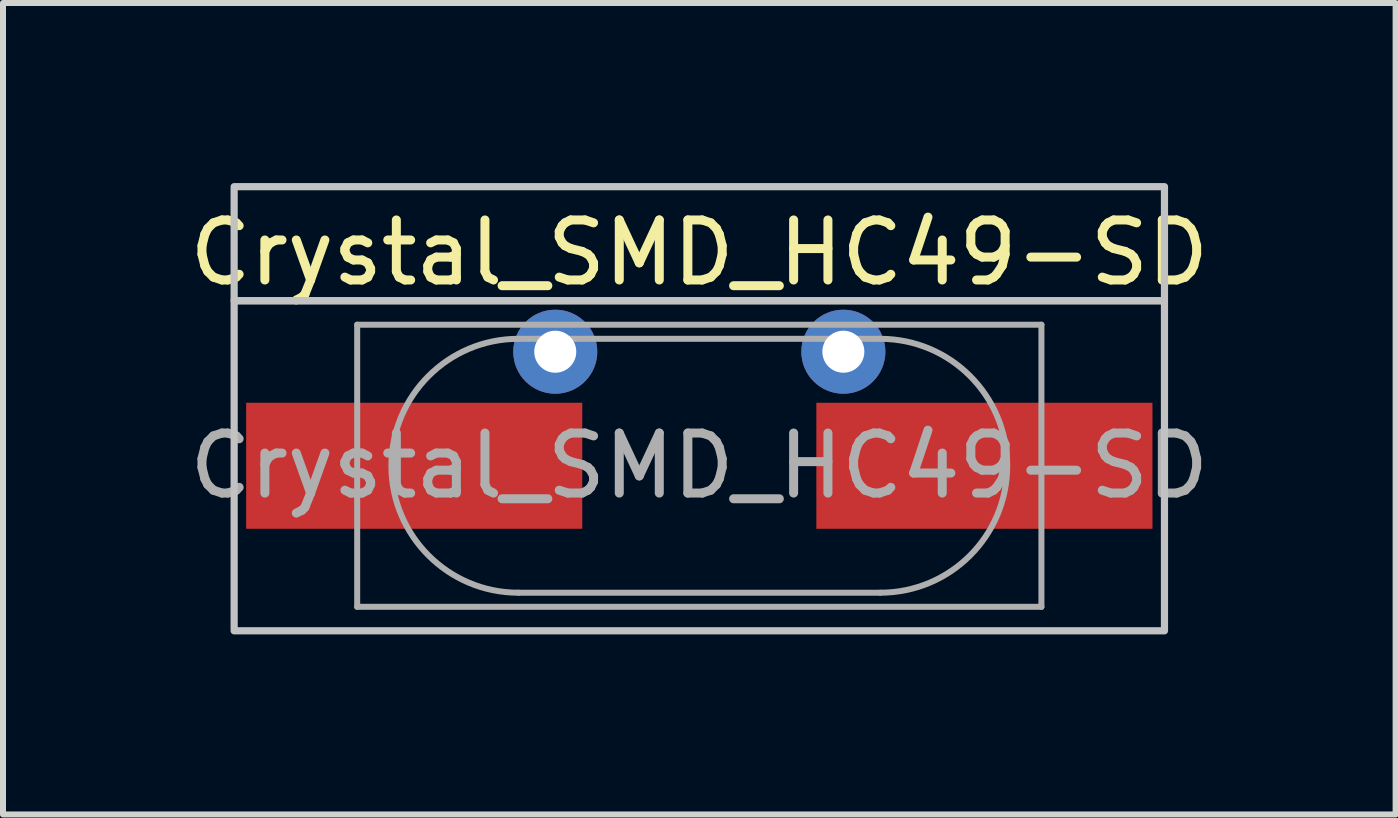
<source format=kicad_pcb>
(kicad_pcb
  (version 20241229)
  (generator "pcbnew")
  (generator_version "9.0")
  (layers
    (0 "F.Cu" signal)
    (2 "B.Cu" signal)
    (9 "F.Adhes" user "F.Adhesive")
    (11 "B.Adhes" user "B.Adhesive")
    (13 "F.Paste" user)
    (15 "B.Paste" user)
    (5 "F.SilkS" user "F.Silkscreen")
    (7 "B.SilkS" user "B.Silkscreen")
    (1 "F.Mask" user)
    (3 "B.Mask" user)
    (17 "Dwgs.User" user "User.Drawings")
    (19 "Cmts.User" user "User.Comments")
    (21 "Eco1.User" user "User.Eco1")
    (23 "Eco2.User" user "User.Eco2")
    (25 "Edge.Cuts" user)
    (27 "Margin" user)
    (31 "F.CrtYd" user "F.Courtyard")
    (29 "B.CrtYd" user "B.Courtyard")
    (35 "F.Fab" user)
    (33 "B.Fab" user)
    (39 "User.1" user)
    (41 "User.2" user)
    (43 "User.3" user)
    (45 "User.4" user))
  (footprint "Crystal_SMD_HC49-SD"
    (layer "F.Cu")
    (at 8.601 4.71)
    (property "Reference" "Crystal_SMD_HC49-SD" (at 0 -3.55 0) (layer "F.SilkS") (effects (font (size 1 1) (thickness 0.15))))
    (attr smd)
    (fp_rect (start -7.75 -4.65) (end 7.75 -2.75) (stroke (width 0.12) (type solid)) (fill no) (layer "Dwgs.User"))
    (fp_rect (start 7.75 -2.75) (end -7.75 2.75) (stroke (width 0.12) (type solid)) (fill no) (layer "Dwgs.User"))
    (fp_line (start -7.75 -4.65) (end 7.75 -4.65) (stroke (width 0.05) (type solid)) (layer "F.CrtYd"))
    (fp_line (start -7.75 -2.75) (end -7.75 -4.65) (stroke (width 0.05) (type solid)) (layer "F.CrtYd"))
    (fp_line (start -7.75 -2.75) (end -7.75 2.75) (stroke (width 0.05) (type solid)) (layer "F.CrtYd"))
    (fp_line (start -7.75 2.75) (end 7.75 2.75) (stroke (width 0.05) (type solid)) (layer "F.CrtYd"))
    (fp_line (start 7.75 -4.65) (end 7.75 -2.75) (stroke (width 0.05) (type solid)) (layer "F.CrtYd"))
    (fp_line (start 7.75 2.75) (end 7.75 -2.75) (stroke (width 0.05) (type solid)) (layer "F.CrtYd"))
    (fp_line (start -5.7 -2.35) (end -5.7 2.35) (stroke (width 0.1) (type solid)) (layer "F.Fab"))
    (fp_line (start -5.7 2.35) (end 5.7 2.35) (stroke (width 0.1) (type solid)) (layer "F.Fab"))
    (fp_line (start -3.015 -2.115) (end 3.015 -2.115) (stroke (width 0.1) (type solid)) (layer "F.Fab"))
    (fp_line (start -3.015 2.115) (end 3.015 2.115) (stroke (width 0.1) (type solid)) (layer "F.Fab"))
    (fp_line (start 5.7 -2.35) (end -5.7 -2.35) (stroke (width 0.1) (type solid)) (layer "F.Fab"))
    (fp_line (start 5.7 2.35) (end 5.7 -2.35) (stroke (width 0.1) (type solid)) (layer "F.Fab"))
    (fp_arc (start -3.015 2.115) (mid -5.13 0) (end -3.015 -2.115) (stroke (width 0.1) (type solid)) (layer "F.Fab"))
    (fp_arc (start 3.015 -2.115) (mid 5.13 0) (end 3.015 2.115) (stroke (width 0.1) (type solid)) (layer "F.Fab"))
    (fp_text user "${REFERENCE}" (at 0 0 0) (layer "F.Fab") (effects (font (size 1 1) (thickness 0.15))))
    (pad "1" smd rect (at -4.75 0) (size 5.6 2.1) (layers "F.Cu" "F.Mask" "F.Paste"))
    (pad "1" thru_hole circle (at -2.4 -1.9) (size 1.4 1.4) (drill 0.7) (layers "*.Cu" "*.Mask"))
    (pad "2" thru_hole circle (at 2.4 -1.9) (size 1.4 1.4) (drill 0.7) (layers "*.Cu" "*.Mask"))
    (pad "2" smd rect (at 4.75 0) (size 5.6 2.1) (layers "F.Cu" "F.Mask" "F.Paste")))
  (gr_rect
    (start -3 -3)
    (end 20.202 10.52)
    (stroke (width 0.1) (type default))
    (fill no)
    (layer "Edge.Cuts")))
</source>
